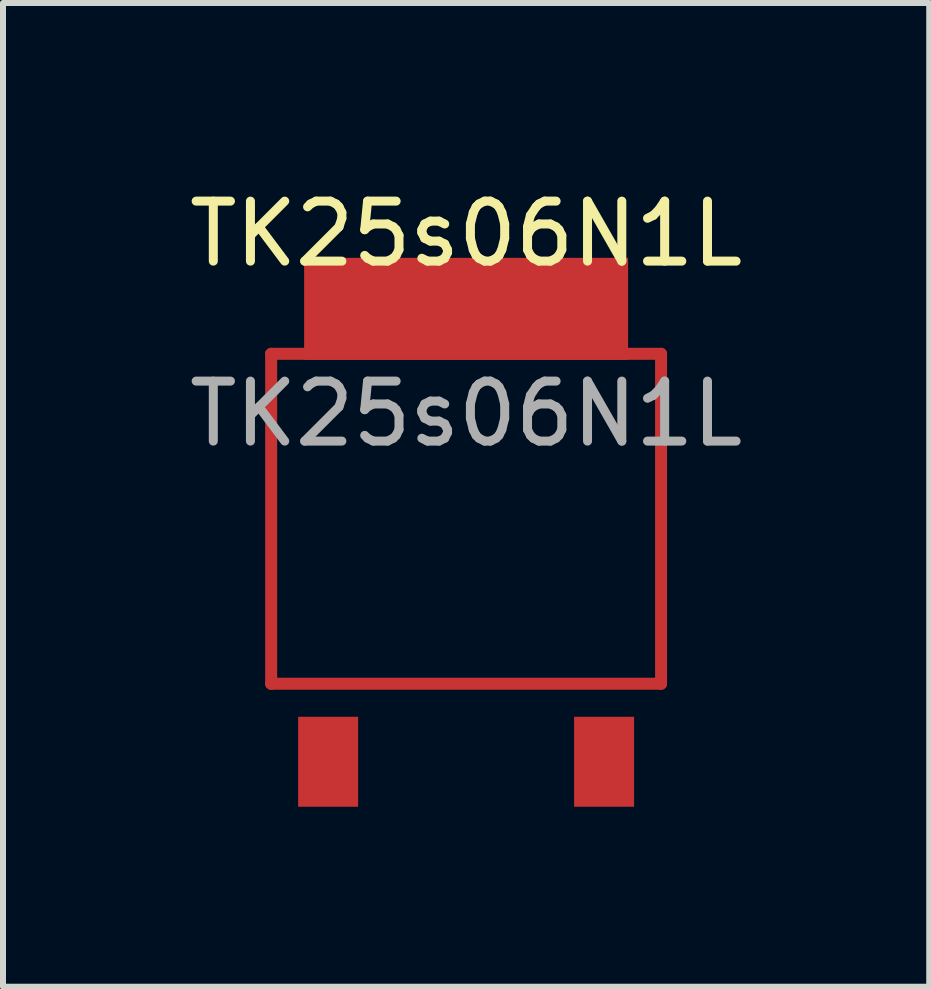
<source format=kicad_pcb>
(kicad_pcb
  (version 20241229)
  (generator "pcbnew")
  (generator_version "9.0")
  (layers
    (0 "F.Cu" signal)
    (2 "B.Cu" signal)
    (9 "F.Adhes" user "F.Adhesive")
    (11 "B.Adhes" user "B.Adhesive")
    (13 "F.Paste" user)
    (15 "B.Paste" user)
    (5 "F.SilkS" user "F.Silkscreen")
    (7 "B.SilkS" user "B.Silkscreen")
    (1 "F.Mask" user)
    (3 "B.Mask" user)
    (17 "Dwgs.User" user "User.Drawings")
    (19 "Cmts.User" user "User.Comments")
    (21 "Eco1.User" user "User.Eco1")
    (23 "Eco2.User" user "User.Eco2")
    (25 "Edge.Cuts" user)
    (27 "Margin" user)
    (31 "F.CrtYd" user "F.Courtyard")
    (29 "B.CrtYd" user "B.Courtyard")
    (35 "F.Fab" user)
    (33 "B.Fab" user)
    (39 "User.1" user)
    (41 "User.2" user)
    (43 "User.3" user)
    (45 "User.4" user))
  (footprint "TK25s06N1L"
    (layer "F.Cu")
    (at 4.72 1.348)
    (property "Reference" "TK25s06N1L" (at 0 -0.5 0) (unlocked yes) (layer "F.SilkS") (effects (font (size 1 1) (thickness 0.15))))
    (attr through_hole)
    (fp_line (start -3.25 1.5) (end 3.25 1.5) (stroke (width 0.2) (type solid)) (layer "F.Cu"))
    (fp_line (start -3.25 7) (end -3.25 1.5) (stroke (width 0.2) (type solid)) (layer "F.Cu"))
    (fp_line (start 3.25 1.5) (end 3.25 7) (stroke (width 0.2) (type solid)) (layer "F.Cu"))
    (fp_line (start 3.25 7) (end -3.25 7) (stroke (width 0.2) (type solid)) (layer "F.Cu"))
    (fp_text user "${REFERENCE}" (at 0 2.5 0) (unlocked yes) (layer "F.Fab") (effects (font (size 1 1) (thickness 0.15))))
    (pad "1" smd rect (at -2.3 8.3) (size 1 1.5) (layers "F.Cu" "F.Mask" "F.Paste"))
    (pad "2" smd rect (at 0 0.75) (size 5.4 1.7) (layers "F.Cu" "F.Mask" "F.Paste"))
    (pad "3" smd rect (at 2.3 8.3) (size 1 1.5) (layers "F.Cu" "F.Mask" "F.Paste")))
  (gr_rect
    (start -3 -3)
    (end 12.44 13.398)
    (stroke (width 0.1) (type default))
    (fill no)
    (layer "Edge.Cuts")))
</source>
